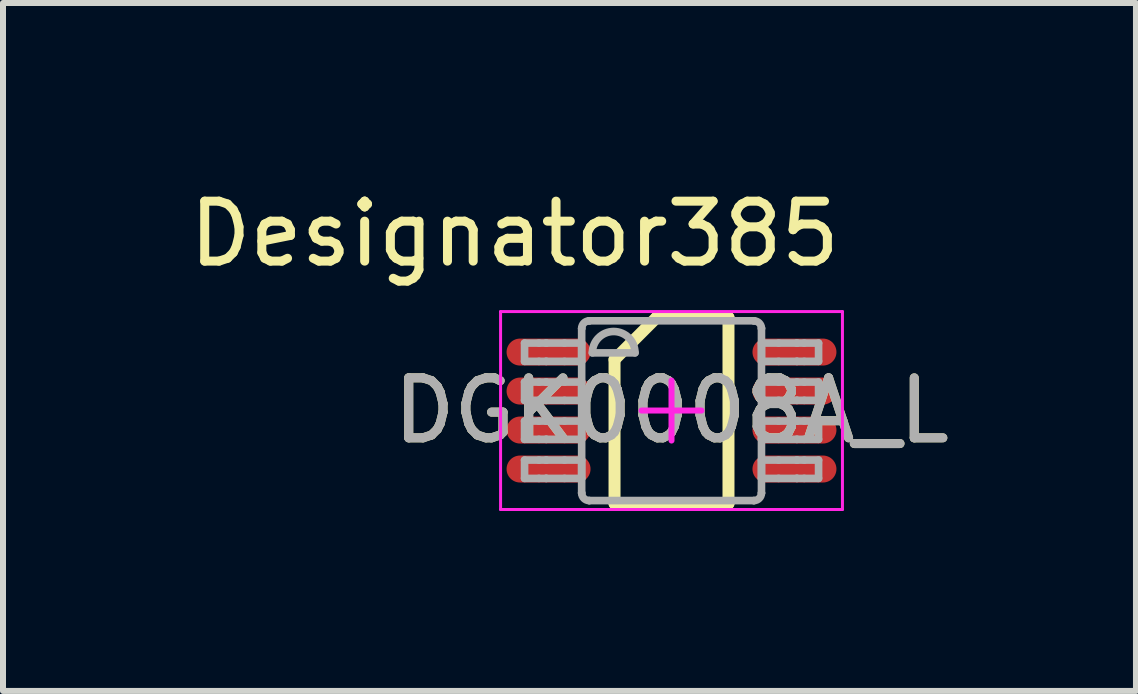
<source format=kicad_pcb>
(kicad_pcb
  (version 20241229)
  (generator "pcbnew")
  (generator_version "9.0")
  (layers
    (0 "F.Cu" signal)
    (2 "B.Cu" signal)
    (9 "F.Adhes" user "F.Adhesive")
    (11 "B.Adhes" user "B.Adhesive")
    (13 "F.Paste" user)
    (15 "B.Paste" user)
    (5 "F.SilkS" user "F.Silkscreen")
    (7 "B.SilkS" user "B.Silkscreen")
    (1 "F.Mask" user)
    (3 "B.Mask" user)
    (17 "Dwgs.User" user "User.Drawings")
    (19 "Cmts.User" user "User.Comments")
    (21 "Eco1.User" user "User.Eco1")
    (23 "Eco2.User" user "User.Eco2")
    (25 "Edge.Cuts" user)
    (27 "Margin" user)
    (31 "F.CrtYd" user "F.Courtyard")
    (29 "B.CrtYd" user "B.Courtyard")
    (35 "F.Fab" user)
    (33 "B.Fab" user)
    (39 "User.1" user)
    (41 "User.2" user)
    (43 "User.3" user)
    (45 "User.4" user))
  (footprint "DGK0008A_L"
    (layer "F.Cu")
    (at 8.146 3.795)
    (property "Reference" "DGK0008A_L" (at 0 0 0) (unlocked yes) (layer "F.SilkS") (effects (font (size 1 1) (thickness 0.15))))
    (attr smd)
    (fp_line (start -0.95 -0.85) (end -0.25 -1.55) (stroke (width 0.2) (type solid)) (layer "F.SilkS"))
    (fp_line (start -0.95 1.55) (end -0.95 -0.85) (stroke (width 0.2) (type solid)) (layer "F.SilkS"))
    (fp_line (start -0.95 1.55) (end 0.95 1.55) (stroke (width 0.2) (type solid)) (layer "F.SilkS"))
    (fp_line (start -0.25 -1.55) (end 0.95 -1.55) (stroke (width 0.2) (type solid)) (layer "F.SilkS"))
    (fp_line (start 0.95 1.55) (end 0.95 -1.55) (stroke (width 0.2) (type solid)) (layer "F.SilkS"))
    (fp_line (start -2.85 -1.65) (end 2.85 -1.65) (stroke (width 0.05) (type solid)) (layer "F.CrtYd"))
    (fp_line (start -2.85 1.65) (end -2.85 -1.65) (stroke (width 0.05) (type solid)) (layer "F.CrtYd"))
    (fp_line (start -2.85 1.65) (end 2.85 1.65) (stroke (width 0.05) (type solid)) (layer "F.CrtYd"))
    (fp_line (start -0.5 -0.000003) (end 0.5 -0.000003) (stroke (width 0.1) (type solid)) (layer "F.CrtYd"))
    (fp_line (start 0.000003 0.5) (end 0.000003 -0.5) (stroke (width 0.1) (type solid)) (layer "F.CrtYd"))
    (fp_line (start 2.85 1.65) (end 2.85 -1.65) (stroke (width 0.05) (type solid)) (layer "F.CrtYd"))
    (fp_line (start -2.45 -1.125) (end -2.21 -1.125) (stroke (width 0.127) (type solid)) (layer "F.Fab"))
    (fp_line (start -2.45 -0.82) (end -2.45 -1.125) (stroke (width 0.127) (type solid)) (layer "F.Fab"))
    (fp_line (start -2.45 -0.82) (end -2.21 -0.82) (stroke (width 0.127) (type solid)) (layer "F.Fab"))
    (fp_line (start -2.45 -0.475) (end -2.21 -0.475) (stroke (width 0.127) (type solid)) (layer "F.Fab"))
    (fp_line (start -2.45 -0.17) (end -2.45 -0.475) (stroke (width 0.127) (type solid)) (layer "F.Fab"))
    (fp_line (start -2.45 -0.17) (end -2.21 -0.17) (stroke (width 0.127) (type solid)) (layer "F.Fab"))
    (fp_line (start -2.45 0.175) (end -2.21 0.175) (stroke (width 0.127) (type solid)) (layer "F.Fab"))
    (fp_line (start -2.45 0.48) (end -2.45 0.175) (stroke (width 0.127) (type solid)) (layer "F.Fab"))
    (fp_line (start -2.45 0.48) (end -2.21 0.48) (stroke (width 0.127) (type solid)) (layer "F.Fab"))
    (fp_line (start -2.45 0.826) (end -2.21 0.826) (stroke (width 0.127) (type solid)) (layer "F.Fab"))
    (fp_line (start -2.45 1.131) (end -2.45 0.826) (stroke (width 0.127) (type solid)) (layer "F.Fab"))
    (fp_line (start -2.45 1.131) (end -2.21 1.131) (stroke (width 0.127) (type solid)) (layer "F.Fab"))
    (fp_line (start -2.21 -1.125) (end -2.091 -1.125) (stroke (width 0.127) (type solid)) (layer "F.Fab"))
    (fp_line (start -2.21 -0.82) (end -2.091 -0.82) (stroke (width 0.127) (type solid)) (layer "F.Fab"))
    (fp_line (start -2.21 -0.475) (end -2.091 -0.475) (stroke (width 0.127) (type solid)) (layer "F.Fab"))
    (fp_line (start -2.21 -0.17) (end -2.091 -0.17) (stroke (width 0.127) (type solid)) (layer "F.Fab"))
    (fp_line (start -2.21 0.175) (end -2.091 0.175) (stroke (width 0.127) (type solid)) (layer "F.Fab"))
    (fp_line (start -2.21 0.48) (end -2.091 0.48) (stroke (width 0.127) (type solid)) (layer "F.Fab"))
    (fp_line (start -2.21 0.826) (end -2.091 0.826) (stroke (width 0.127) (type solid)) (layer "F.Fab"))
    (fp_line (start -2.21 1.131) (end -2.091 1.131) (stroke (width 0.127) (type solid)) (layer "F.Fab"))
    (fp_line (start -2.091 -1.125) (end -2.087 -1.125) (stroke (width 0.127) (type solid)) (layer "F.Fab"))
    (fp_line (start -2.091 -0.82) (end -2.087 -0.82) (stroke (width 0.127) (type solid)) (layer "F.Fab"))
    (fp_line (start -2.091 -0.475) (end -2.087 -0.475) (stroke (width 0.127) (type solid)) (layer "F.Fab"))
    (fp_line (start -2.091 -0.17) (end -2.087 -0.17) (stroke (width 0.127) (type solid)) (layer "F.Fab"))
    (fp_line (start -2.091 0.175) (end -2.087 0.175) (stroke (width 0.127) (type solid)) (layer "F.Fab"))
    (fp_line (start -2.091 0.48) (end -2.087 0.48) (stroke (width 0.127) (type solid)) (layer "F.Fab"))
    (fp_line (start -2.091 0.826) (end -2.087 0.826) (stroke (width 0.127) (type solid)) (layer "F.Fab"))
    (fp_line (start -2.091 1.131) (end -2.087 1.131) (stroke (width 0.127) (type solid)) (layer "F.Fab"))
    (fp_line (start -2.087 -1.125) (end -1.784 -1.125) (stroke (width 0.127) (type solid)) (layer "F.Fab"))
    (fp_line (start -2.087 -0.82) (end -1.784 -0.82) (stroke (width 0.127) (type solid)) (layer "F.Fab"))
    (fp_line (start -2.087 -0.475) (end -1.784 -0.475) (stroke (width 0.127) (type solid)) (layer "F.Fab"))
    (fp_line (start -2.087 -0.17) (end -1.784 -0.17) (stroke (width 0.127) (type solid)) (layer "F.Fab"))
    (fp_line (start -2.087 0.175) (end -1.784 0.175) (stroke (width 0.127) (type solid)) (layer "F.Fab"))
    (fp_line (start -2.087 0.48) (end -1.784 0.48) (stroke (width 0.127) (type solid)) (layer "F.Fab"))
    (fp_line (start -2.087 0.826) (end -1.784 0.826) (stroke (width 0.127) (type solid)) (layer "F.Fab"))
    (fp_line (start -2.087 1.131) (end -1.784 1.131) (stroke (width 0.127) (type solid)) (layer "F.Fab"))
    (fp_line (start -1.784 -1.125) (end -1.498 -1.125) (stroke (width 0.127) (type solid)) (layer "F.Fab"))
    (fp_line (start -1.784 -0.82) (end -1.498 -0.82) (stroke (width 0.127) (type solid)) (layer "F.Fab"))
    (fp_line (start -1.784 -0.475) (end -1.498 -0.475) (stroke (width 0.127) (type solid)) (layer "F.Fab"))
    (fp_line (start -1.784 -0.17) (end -1.498 -0.17) (stroke (width 0.127) (type solid)) (layer "F.Fab"))
    (fp_line (start -1.784 0.175) (end -1.498 0.175) (stroke (width 0.127) (type solid)) (layer "F.Fab"))
    (fp_line (start -1.784 0.48) (end -1.498 0.48) (stroke (width 0.127) (type solid)) (layer "F.Fab"))
    (fp_line (start -1.784 0.826) (end -1.498 0.826) (stroke (width 0.127) (type solid)) (layer "F.Fab"))
    (fp_line (start -1.784 1.131) (end -1.498 1.131) (stroke (width 0.127) (type solid)) (layer "F.Fab"))
    (fp_line (start -1.498 -1.369) (end -1.497 -1.372) (stroke (width 0.127) (type solid)) (layer "F.Fab"))
    (fp_line (start -1.498 -0.82) (end -1.498 -1.125) (stroke (width 0.127) (type solid)) (layer "F.Fab"))
    (fp_line (start -1.498 -0.17) (end -1.498 -0.475) (stroke (width 0.127) (type solid)) (layer "F.Fab"))
    (fp_line (start -1.498 0.48) (end -1.498 0.175) (stroke (width 0.127) (type solid)) (layer "F.Fab"))
    (fp_line (start -1.498 1.131) (end -1.498 0.826) (stroke (width 0.127) (type solid)) (layer "F.Fab"))
    (fp_line (start -1.498 1.374) (end -1.498 -1.369) (stroke (width 0.127) (type solid)) (layer "F.Fab"))
    (fp_line (start -1.498 1.374) (end -1.497 1.377) (stroke (width 0.127) (type solid)) (layer "F.Fab"))
    (fp_line (start -1.373 -1.496) (end -1.371 -1.496) (stroke (width 0.127) (type solid)) (layer "F.Fab"))
    (fp_line (start -1.373 1.501) (end -1.371 1.501) (stroke (width 0.127) (type solid)) (layer "F.Fab"))
    (fp_line (start -1.371 -1.496) (end 1.373 -1.496) (stroke (width 0.127) (type solid)) (layer "F.Fab"))
    (fp_line (start -1.371 1.501) (end 1.373 1.501) (stroke (width 0.127) (type solid)) (layer "F.Fab"))
    (fp_line (start -1.32 -0.962) (end -0.609 -0.962) (stroke (width 0.127) (type solid)) (layer "F.Fab"))
    (fp_line (start 1.373 -1.496) (end 1.375 -1.496) (stroke (width 0.127) (type solid)) (layer "F.Fab"))
    (fp_line (start 1.373 1.501) (end 1.375 1.501) (stroke (width 0.127) (type solid)) (layer "F.Fab"))
    (fp_line (start 1.5 -1.372) (end 1.5 -1.369) (stroke (width 0.127) (type solid)) (layer "F.Fab"))
    (fp_line (start 1.5 1.377) (end 1.5 1.374) (stroke (width 0.127) (type solid)) (layer "F.Fab"))
    (fp_line (start 1.5 -1.125) (end 1.786 -1.125) (stroke (width 0.127) (type solid)) (layer "F.Fab"))
    (fp_line (start 1.5 -0.82) (end 1.5 -1.125) (stroke (width 0.127) (type solid)) (layer "F.Fab"))
    (fp_line (start 1.5 -0.82) (end 1.786 -0.82) (stroke (width 0.127) (type solid)) (layer "F.Fab"))
    (fp_line (start 1.5 -0.475) (end 1.786 -0.475) (stroke (width 0.127) (type solid)) (layer "F.Fab"))
    (fp_line (start 1.5 -0.17) (end 1.5 -0.475) (stroke (width 0.127) (type solid)) (layer "F.Fab"))
    (fp_line (start 1.5 -0.17) (end 1.786 -0.17) (stroke (width 0.127) (type solid)) (layer "F.Fab"))
    (fp_line (start 1.5 0.175) (end 1.786 0.175) (stroke (width 0.127) (type solid)) (layer "F.Fab"))
    (fp_line (start 1.5 0.48) (end 1.5 0.175) (stroke (width 0.127) (type solid)) (layer "F.Fab"))
    (fp_line (start 1.5 0.48) (end 1.786 0.48) (stroke (width 0.127) (type solid)) (layer "F.Fab"))
    (fp_line (start 1.5 0.826) (end 1.786 0.826) (stroke (width 0.127) (type solid)) (layer "F.Fab"))
    (fp_line (start 1.5 1.131) (end 1.5 0.826) (stroke (width 0.127) (type solid)) (layer "F.Fab"))
    (fp_line (start 1.5 1.131) (end 1.786 1.131) (stroke (width 0.127) (type solid)) (layer "F.Fab"))
    (fp_line (start 1.5 1.374) (end 1.5 -1.369) (stroke (width 0.127) (type solid)) (layer "F.Fab"))
    (fp_line (start 1.786 -1.125) (end 2.089 -1.125) (stroke (width 0.127) (type solid)) (layer "F.Fab"))
    (fp_line (start 1.786 -0.82) (end 2.089 -0.82) (stroke (width 0.127) (type solid)) (layer "F.Fab"))
    (fp_line (start 1.786 -0.475) (end 2.089 -0.475) (stroke (width 0.127) (type solid)) (layer "F.Fab"))
    (fp_line (start 1.786 -0.17) (end 2.089 -0.17) (stroke (width 0.127) (type solid)) (layer "F.Fab"))
    (fp_line (start 1.786 0.175) (end 2.089 0.175) (stroke (width 0.127) (type solid)) (layer "F.Fab"))
    (fp_line (start 1.786 0.48) (end 2.089 0.48) (stroke (width 0.127) (type solid)) (layer "F.Fab"))
    (fp_line (start 1.786 0.826) (end 2.089 0.826) (stroke (width 0.127) (type solid)) (layer "F.Fab"))
    (fp_line (start 1.786 1.131) (end 2.089 1.131) (stroke (width 0.127) (type solid)) (layer "F.Fab"))
    (fp_line (start 2.089 -1.125) (end 2.093 -1.125) (stroke (width 0.127) (type solid)) (layer "F.Fab"))
    (fp_line (start 2.089 -0.82) (end 2.093 -0.82) (stroke (width 0.127) (type solid)) (layer "F.Fab"))
    (fp_line (start 2.089 -0.475) (end 2.093 -0.475) (stroke (width 0.127) (type solid)) (layer "F.Fab"))
    (fp_line (start 2.089 -0.17) (end 2.093 -0.17) (stroke (width 0.127) (type solid)) (layer "F.Fab"))
    (fp_line (start 2.089 0.175) (end 2.093 0.175) (stroke (width 0.127) (type solid)) (layer "F.Fab"))
    (fp_line (start 2.089 0.48) (end 2.093 0.48) (stroke (width 0.127) (type solid)) (layer "F.Fab"))
    (fp_line (start 2.089 0.826) (end 2.093 0.826) (stroke (width 0.127) (type solid)) (layer "F.Fab"))
    (fp_line (start 2.089 1.131) (end 2.093 1.131) (stroke (width 0.127) (type solid)) (layer "F.Fab"))
    (fp_line (start 2.093 -1.125) (end 2.213 -1.125) (stroke (width 0.127) (type solid)) (layer "F.Fab"))
    (fp_line (start 2.093 -0.82) (end 2.213 -0.82) (stroke (width 0.127) (type solid)) (layer "F.Fab"))
    (fp_line (start 2.093 -0.475) (end 2.213 -0.475) (stroke (width 0.127) (type solid)) (layer "F.Fab"))
    (fp_line (start 2.093 -0.17) (end 2.213 -0.17) (stroke (width 0.127) (type solid)) (layer "F.Fab"))
    (fp_line (start 2.093 0.175) (end 2.213 0.175) (stroke (width 0.127) (type solid)) (layer "F.Fab"))
    (fp_line (start 2.093 0.48) (end 2.213 0.48) (stroke (width 0.127) (type solid)) (layer "F.Fab"))
    (fp_line (start 2.093 0.826) (end 2.213 0.826) (stroke (width 0.127) (type solid)) (layer "F.Fab"))
    (fp_line (start 2.093 1.131) (end 2.213 1.131) (stroke (width 0.127) (type solid)) (layer "F.Fab"))
    (fp_line (start 2.213 -1.125) (end 2.452 -1.125) (stroke (width 0.127) (type solid)) (layer "F.Fab"))
    (fp_line (start 2.213 -0.82) (end 2.452 -0.82) (stroke (width 0.127) (type solid)) (layer "F.Fab"))
    (fp_line (start 2.213 -0.475) (end 2.452 -0.475) (stroke (width 0.127) (type solid)) (layer "F.Fab"))
    (fp_line (start 2.213 -0.17) (end 2.452 -0.17) (stroke (width 0.127) (type solid)) (layer "F.Fab"))
    (fp_line (start 2.213 0.175) (end 2.452 0.175) (stroke (width 0.127) (type solid)) (layer "F.Fab"))
    (fp_line (start 2.213 0.48) (end 2.452 0.48) (stroke (width 0.127) (type solid)) (layer "F.Fab"))
    (fp_line (start 2.213 0.826) (end 2.452 0.826) (stroke (width 0.127) (type solid)) (layer "F.Fab"))
    (fp_line (start 2.213 1.131) (end 2.452 1.131) (stroke (width 0.127) (type solid)) (layer "F.Fab"))
    (fp_line (start 2.452 -0.82) (end 2.452 -1.125) (stroke (width 0.127) (type solid)) (layer "F.Fab"))
    (fp_line (start 2.452 -0.17) (end 2.452 -0.475) (stroke (width 0.127) (type solid)) (layer "F.Fab"))
    (fp_line (start 2.452 0.48) (end 2.452 0.175) (stroke (width 0.127) (type solid)) (layer "F.Fab"))
    (fp_line (start 2.452 1.131) (end 2.452 0.826) (stroke (width 0.127) (type solid)) (layer "F.Fab"))
    (fp_arc (start -1.497476 -1.371582) (mid -1.460306 -1.458644) (end -1.373243 -1.495814) (stroke (width 0.127) (type solid)) (layer "F.Fab"))
    (fp_arc (start -1.373243 1.501336) (mid -1.460306 1.464166) (end -1.497476 1.377104) (stroke (width 0.127) (type solid)) (layer "F.Fab"))
    (fp_arc (start -1.3197 -0.962439) (mid -0.9641 -1.318039) (end -0.6085 -0.962439) (stroke (width 0.127) (type solid)) (layer "F.Fab"))
    (fp_arc (start 1.375443 -1.495814) (mid 1.462505 -1.458644) (end 1.499675 -1.371582) (stroke (width 0.127) (type solid)) (layer "F.Fab"))
    (fp_arc (start 1.499675 1.377104) (mid 1.462505 1.464166) (end 1.375443 1.501336) (stroke (width 0.127) (type solid)) (layer "F.Fab"))
    (fp_text user "Designator385" (at -2.616 -2.946 0) (unlocked yes) (layer "F.SilkS") (effects (font (size 1 1) (thickness 0.15))))
    (fp_text user "${REFERENCE}" (at 0 0 0) (unlocked yes) (layer "F.Fab") (effects (font (size 1 1) (thickness 0.15))))
    (pad "1" smd oval (at -2.05 -0.975 90) (size 0.45 1.4) (layers "F.Cu" "F.Mask" "F.Paste"))
    (pad "2" smd oval (at -2.05 -0.325 90) (size 0.45 1.4) (layers "F.Cu" "F.Mask" "F.Paste"))
    (pad "3" smd oval (at -2.05 0.325 90) (size 0.45 1.4) (layers "F.Cu" "F.Mask" "F.Paste"))
    (pad "4" smd oval (at -2.05 0.975 90) (size 0.45 1.4) (layers "F.Cu" "F.Mask" "F.Paste"))
    (pad "5" smd oval (at 2.05 0.975 90) (size 0.45 1.4) (layers "F.Cu" "F.Mask" "F.Paste"))
    (pad "6" smd oval (at 2.05 0.325 90) (size 0.45 1.4) (layers "F.Cu" "F.Mask" "F.Paste"))
    (pad "7" smd oval (at 2.05 -0.325 90) (size 0.45 1.4) (layers "F.Cu" "F.Mask" "F.Paste"))
    (pad "8" smd oval (at 2.05 -0.975 90) (size 0.45 1.4) (layers "F.Cu" "F.Mask" "F.Paste")))
  (gr_rect
    (start -3 -3)
    (end 15.89 8.47)
    (stroke (width 0.1) (type default))
    (fill no)
    (layer "Edge.Cuts")))
</source>
